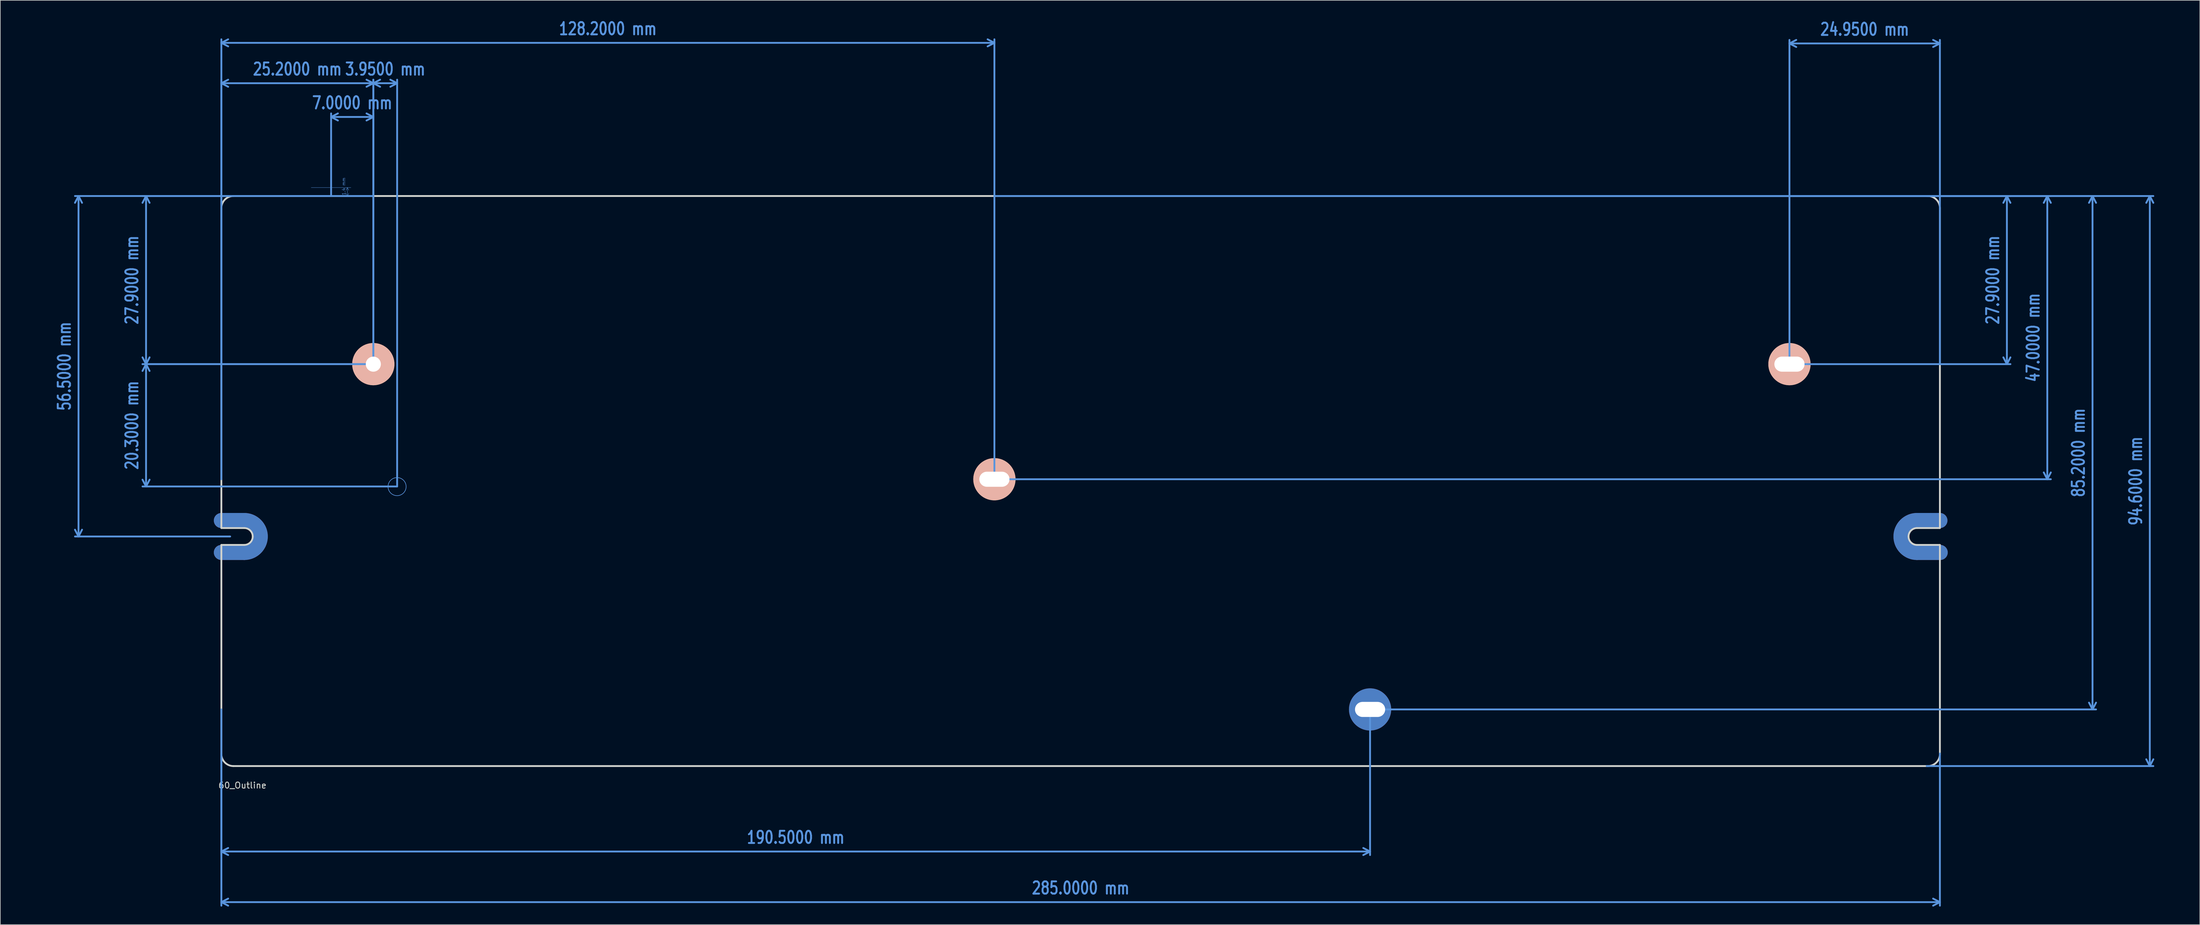
<source format=kicad_pcb>
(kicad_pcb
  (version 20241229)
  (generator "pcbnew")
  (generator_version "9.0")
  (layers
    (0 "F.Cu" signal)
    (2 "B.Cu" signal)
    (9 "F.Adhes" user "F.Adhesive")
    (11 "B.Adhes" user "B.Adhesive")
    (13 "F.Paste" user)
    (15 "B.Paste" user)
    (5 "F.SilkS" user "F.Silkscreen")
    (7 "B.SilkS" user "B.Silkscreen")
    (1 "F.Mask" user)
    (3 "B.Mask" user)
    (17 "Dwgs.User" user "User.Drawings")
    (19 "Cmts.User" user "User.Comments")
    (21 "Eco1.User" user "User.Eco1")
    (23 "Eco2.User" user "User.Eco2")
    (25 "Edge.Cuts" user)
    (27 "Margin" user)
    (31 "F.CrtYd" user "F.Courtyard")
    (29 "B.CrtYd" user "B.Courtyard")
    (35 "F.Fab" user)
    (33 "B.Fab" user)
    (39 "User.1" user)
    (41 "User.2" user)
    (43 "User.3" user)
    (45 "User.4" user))
  (footprint "60_Outline"
    (layer "F.Cu")
    (at 176.161 76.78)
    (property "Reference" "60_Outline" (at -139 50.5 0) (layer "Edge.Cuts") (effects (font (size 1 1) (thickness 0.15))))
    (attr through_hole)
    (fp_line (start -142.5 6.549) (end -138.7 6.549) (stroke (width 2.502) (type solid)) (layer "F.Cu"))
    (fp_line (start -142.5 11.851) (end -138.7 11.851) (stroke (width 2.502) (type solid)) (layer "F.Cu"))
    (fp_line (start 138.7 6.549) (end 142.5 6.549) (stroke (width 2.502) (type solid)) (layer "F.Cu"))
    (fp_line (start 138.7 11.851) (end 142.55 11.851) (stroke (width 2.502) (type solid)) (layer "F.Cu"))
    (fp_arc (start -138.7 6.54905) (mid -136.825495 7.325495) (end -136.04905 9.2) (stroke (width 2.5019) (type solid)) (layer "F.Cu"))
    (fp_arc (start -136.04905 9.2) (mid -136.825495 11.074505) (end -138.7 11.85095) (stroke (width 2.5019) (type solid)) (layer "F.Cu"))
    (fp_arc (start 136.04905 9.2) (mid 136.825495 7.325495) (end 138.7 6.54905) (stroke (width 2.5019) (type solid)) (layer "F.Cu"))
    (fp_arc (start 138.7 11.85095) (mid 136.825495 11.074505) (end 136.04905 9.2) (stroke (width 2.5019) (type solid)) (layer "F.Cu"))
    (fp_line (start -142.5 6.549) (end -138.7 6.549) (stroke (width 2.502) (type solid)) (layer "F.Mask"))
    (fp_line (start -142.5 11.851) (end -138.7 11.851) (stroke (width 2.502) (type solid)) (layer "F.Mask"))
    (fp_line (start 138.7 6.549) (end 142.5 6.549) (stroke (width 2.502) (type solid)) (layer "F.Mask"))
    (fp_line (start 138.7 11.851) (end 142.55 11.851) (stroke (width 2.502) (type solid)) (layer "F.Mask"))
    (fp_arc (start -138.7 6.54905) (mid -136.825495 7.325495) (end -136.04905 9.2) (stroke (width 2.5019) (type solid)) (layer "F.Mask"))
    (fp_arc (start -136.04905 9.2) (mid -136.825495 11.074505) (end -138.7 11.85095) (stroke (width 2.5019) (type solid)) (layer "F.Mask"))
    (fp_arc (start 136.04905 9.2) (mid 136.825495 7.325495) (end 138.7 6.54905) (stroke (width 2.5019) (type solid)) (layer "F.Mask"))
    (fp_arc (start 138.7 11.85095) (mid 136.825495 11.074505) (end 136.04905 9.2) (stroke (width 2.5019) (type solid)) (layer "F.Mask"))
    (fp_line (start -142.5 6.549) (end -138.7 6.549) (stroke (width 2.502) (type solid)) (layer "B.Cu"))
    (fp_line (start -142.5 11.851) (end -138.7 11.851) (stroke (width 2.502) (type solid)) (layer "B.Cu"))
    (fp_line (start 138.7 6.549) (end 142.5 6.549) (stroke (width 2.502) (type solid)) (layer "B.Cu"))
    (fp_line (start 138.7 11.851) (end 142.55 11.851) (stroke (width 2.502) (type solid)) (layer "B.Cu"))
    (fp_arc (start -138.7 6.54905) (mid -136.825495 7.325495) (end -136.04905 9.2) (stroke (width 2.5019) (type solid)) (layer "B.Cu"))
    (fp_arc (start -136.04905 9.2) (mid -136.825495 11.074505) (end -138.7 11.85095) (stroke (width 2.5019) (type solid)) (layer "B.Cu"))
    (fp_arc (start 136.04905 9.2) (mid 136.825495 7.325495) (end 138.7 6.54905) (stroke (width 2.5019) (type solid)) (layer "B.Cu"))
    (fp_arc (start 138.7 11.85095) (mid 136.825495 11.074505) (end 136.04905 9.2) (stroke (width 2.5019) (type solid)) (layer "B.Cu"))
    (fp_line (start -142.5 6.549) (end -138.7 6.549) (stroke (width 2.502) (type solid)) (layer "B.Mask"))
    (fp_line (start -142.5 11.851) (end -138.7 11.851) (stroke (width 2.502) (type solid)) (layer "B.Mask"))
    (fp_line (start 138.7 6.549) (end 142.5 6.549) (stroke (width 2.502) (type solid)) (layer "B.Mask"))
    (fp_line (start 138.7 11.851) (end 142.55 11.851) (stroke (width 2.502) (type solid)) (layer "B.Mask"))
    (fp_arc (start -138.7 6.54905) (mid -136.825495 7.325495) (end -136.04905 9.2) (stroke (width 2.5019) (type solid)) (layer "B.Mask"))
    (fp_arc (start -136.04905 9.2) (mid -136.825495 11.074505) (end -138.7 11.85095) (stroke (width 2.5019) (type solid)) (layer "B.Mask"))
    (fp_arc (start 136.04905 9.2) (mid 136.825495 7.325495) (end 138.7 6.54905) (stroke (width 2.5019) (type solid)) (layer "B.Mask"))
    (fp_arc (start 138.7 11.85095) (mid 136.825495 11.074505) (end 136.04905 9.2) (stroke (width 2.5019) (type solid)) (layer "B.Mask"))
    (fp_line (start -117.3 0.9) (end -113.35 0.9) (stroke (width 0.305) (type solid)) (layer "Cmts.User"))
    (fp_line (start -113.35 -19.4) (end -113.35 0.9) (stroke (width 0.305) (type solid)) (layer "Cmts.User"))
    (fp_circle (center -113.36 0.925) (end -113.36 -0.575) (stroke (width 0.1) (type default)) (fill no) (layer "Cmts.User"))
    (fp_line (start -142.5 7.8) (end -142.5 -45.3) (stroke (width 0.3) (type solid)) (layer "Edge.Cuts"))
    (fp_line (start -142.5 10.6) (end -138.7 10.6) (stroke (width 0.3) (type solid)) (layer "Edge.Cuts"))
    (fp_line (start -142.5 45.3) (end -142.5 10.6) (stroke (width 0.3) (type solid)) (layer "Edge.Cuts"))
    (fp_line (start -140.5 47.3) (end 140.5 47.3) (stroke (width 0.3) (type solid)) (layer "Edge.Cuts"))
    (fp_line (start -138.7 7.8) (end -142.5 7.8) (stroke (width 0.3) (type solid)) (layer "Edge.Cuts"))
    (fp_line (start 138.7 7.8) (end 142.5 7.8) (stroke (width 0.3) (type solid)) (layer "Edge.Cuts"))
    (fp_line (start 138.7 10.6) (end 142.5 10.6) (stroke (width 0.3) (type solid)) (layer "Edge.Cuts"))
    (fp_line (start 140.5 -47.3) (end -140.5 -47.3) (stroke (width 0.3) (type solid)) (layer "Edge.Cuts"))
    (fp_line (start 142.5 7.8) (end 142.5 -45.3) (stroke (width 0.3) (type solid)) (layer "Edge.Cuts"))
    (fp_line (start 142.5 10.6) (end 142.5 45.3) (stroke (width 0.3) (type solid)) (layer "Edge.Cuts"))
    (fp_arc (start -142.5 -45.3) (mid -141.914214 -46.714214) (end -140.5 -47.3) (stroke (width 0.3) (type solid)) (layer "Edge.Cuts"))
    (fp_arc (start -140.5 47.3) (mid -141.914214 46.714214) (end -142.5 45.3) (stroke (width 0.3) (type solid)) (layer "Edge.Cuts"))
    (fp_arc (start -138.7 7.8) (mid -137.710051 8.210051) (end -137.3 9.2) (stroke (width 0.3) (type solid)) (layer "Edge.Cuts"))
    (fp_arc (start -137.3 9.2) (mid -137.710051 10.189949) (end -138.7 10.6) (stroke (width 0.3) (type solid)) (layer "Edge.Cuts"))
    (fp_arc (start 137.3 9.2) (mid 137.710051 8.210051) (end 138.7 7.8) (stroke (width 0.3) (type solid)) (layer "Edge.Cuts"))
    (fp_arc (start 138.7 10.6) (mid 137.710051 10.189949) (end 137.3 9.2) (stroke (width 0.3) (type solid)) (layer "Edge.Cuts"))
    (fp_arc (start 140.5 -47.3) (mid 141.914214 -46.714214) (end 142.5 -45.3) (stroke (width 0.3) (type solid)) (layer "Edge.Cuts"))
    (fp_arc (start 142.5 45.3) (mid 141.914214 46.714214) (end 140.5 47.3) (stroke (width 0.3) (type solid)) (layer "Edge.Cuts"))
    (dimension (type aligned) (layer "Cmts.User") (pts (xy 35.121 29.48) (xy 35.121 85.98)) (height 25.15) (format (prefix "") (suffix "") (units 3) (units_format 1) (precision 4)) (style (thickness 0.305) (arrow_length 1.27) (text_position_mode 0) (arrow_direction outward) (extension_height 0.586) (extension_offset 0) (keep_text_aligned yes)) (gr_text "56.5000 mm" (at 7.635 57.73 90) (layer "Cmts.User") (effects (font (size 2.032 1.524) (thickness 0.305)))))
    (dimension (type aligned) (layer "Cmts.User") (pts (xy 33.661 114.68) (xy 224.161 114.68)) (height 23.58) (format (prefix "") (suffix "") (units 3) (units_format 1) (precision 4)) (style (thickness 0.305) (arrow_length 1.27) (text_position_mode 0) (arrow_direction outward) (extension_height 0.586) (extension_offset 0) (keep_text_aligned yes)) (gr_text "190.5000 mm" (at 128.911 135.924 0) (layer "Cmts.User") (effects (font (size 2.032 1.524) (thickness 0.305)))))
    (dimension (type aligned) (layer "Cmts.User") (pts (xy 58.861 57.38) (xy 58.861 77.68)) (height 37.69) (format (prefix "") (suffix "") (units 3) (units_format 1) (precision 4)) (style (thickness 0.305) (arrow_length 1.27) (text_position_mode 0) (arrow_direction outward) (extension_height 0.586) (extension_offset 0) (keep_text_aligned yes)) (gr_text "20.3000 mm" (at 18.835 67.53 90) (layer "Cmts.User") (effects (font (size 2.032 1.524) (thickness 0.305)))))
    (dimension (type aligned) (layer "Cmts.User") (pts (xy 316.471 29.48) (xy 316.471 124.08)) (height -37) (format (prefix "") (suffix "") (units 3) (units_format 1) (precision 4)) (style (thickness 0.305) (arrow_length 1.27) (text_position_mode 0) (arrow_direction outward) (extension_height 0.586) (extension_offset 0) (keep_text_aligned yes)) (gr_text "94.6000 mm" (at 351.135 76.78 90) (layer "Cmts.User") (effects (font (size 2.032 1.524) (thickness 0.305)))))
    (dimension (type aligned) (layer "Cmts.User") (pts (xy 58.881 29.48) (xy 58.881 57.38)) (height 37.71) (format (prefix "") (suffix "") (units 3) (units_format 1) (precision 4)) (style (thickness 0.305) (arrow_length 1.27) (text_position_mode 0) (arrow_direction outward) (extension_height 0.586) (extension_offset 0) (keep_text_aligned yes)) (gr_text "27.9000 mm" (at 18.835 43.43 90) (layer "Cmts.User") (effects (font (size 2.032 1.524) (thickness 0.305)))))
    (dimension (type aligned) (layer "Cmts.User") (pts (xy 58.861 57.38) (xy 62.811 57.38)) (height -46.62) (format (prefix "") (suffix "") (units 3) (units_format 1) (precision 4)) (style (thickness 0.305) (arrow_length 1.27) (text_position_mode 0) (arrow_direction outward) (extension_height 0.586) (extension_offset 0) (keep_text_aligned yes)) (gr_text "3.9500 mm" (at 60.836 8.424 0) (layer "Cmts.User") (effects (font (size 2.032 1.524) (thickness 0.305)))))
    (dimension (type aligned) (layer "Cmts.User") (pts (xy 161.881 29.48) (xy 161.881 76.48)) (height -174.59) (format (prefix "") (suffix "") (units 3) (units_format 1) (precision 4)) (style (thickness 0.305) (arrow_length 1.27) (text_position_mode 0) (arrow_direction outward) (extension_height 0.586) (extension_offset 0) (keep_text_aligned yes)) (gr_text "47.0000 mm" (at 334.135 52.98 90) (layer "Cmts.User") (effects (font (size 2.032 1.524) (thickness 0.305)))))
    (dimension (type aligned) (layer "Cmts.User") (pts (xy 293.711 29.48) (xy 293.711 57.38)) (height -36.06) (format (prefix "") (suffix "") (units 3) (units_format 1) (precision 4)) (style (thickness 0.305) (arrow_length 1.27) (text_position_mode 0) (arrow_direction outward) (extension_height 0.586) (extension_offset 0) (keep_text_aligned yes)) (gr_text "27.9000 mm" (at 327.435 43.43 90) (layer "Cmts.User") (effects (font (size 2.032 1.524) (thickness 0.305)))))
    (dimension (type aligned) (layer "Cmts.User") (pts (xy 33.661 57.38) (xy 58.861 57.38)) (height -46.62) (format (prefix "") (suffix "") (units 3) (units_format 1) (precision 4)) (style (thickness 0.305) (arrow_length 1.27) (text_position_mode 0) (arrow_direction outward) (extension_height 0.586) (extension_offset 0) (keep_text_aligned yes)) (gr_text "25.2000 mm" (at 46.261 8.424 0) (layer "Cmts.User") (effects (font (size 2.032 1.524) (thickness 0.305)))))
    (dimension (type aligned) (layer "Cmts.User") (pts (xy 318.661 122) (xy 33.661 122)) (height -24.66) (format (prefix "") (suffix "") (units 3) (units_format 1) (precision 4)) (style (thickness 0.305) (arrow_length 1.27) (text_position_mode 0) (arrow_direction outward) (extension_height 0.586) (extension_offset 0) (keep_text_aligned yes)) (gr_text "285.0000 mm" (at 176.161 144.324 0) (layer "Cmts.User") (effects (font (size 2.032 1.524) (thickness 0.305)))))
    (dimension (type aligned) (layer "Cmts.User") (pts (xy 33.661 76.48) (xy 161.861 76.48)) (height -72.42) (format (prefix "") (suffix "") (units 3) (units_format 1) (precision 4)) (style (thickness 0.305) (arrow_length 1.27) (text_position_mode 0) (arrow_direction outward) (extension_height 0.586) (extension_offset 0) (keep_text_aligned yes)) (gr_text "128.2000 mm" (at 97.761 1.724 0) (layer "Cmts.User") (effects (font (size 2.032 1.524) (thickness 0.305)))))
    (dimension (type aligned) (layer "Cmts.User") (pts (xy 224.161 29.48) (xy 224.161 114.68)) (height -119.81) (format (prefix "") (suffix "") (units 3) (units_format 1) (precision 4)) (style (thickness 0.305) (arrow_length 1.27) (text_position_mode 0) (arrow_direction outward) (extension_height 0.586) (extension_offset 0) (keep_text_aligned yes)) (gr_text "85.2000 mm" (at 341.635 72.08 90) (layer "Cmts.User") (effects (font (size 2.032 1.524) (thickness 0.305)))))
    (dimension (type aligned) (layer "Cmts.User") (pts (xy 51.861 29.48) (xy 58.861 29.48)) (height -13.12) (format (prefix "") (suffix "") (units 3) (units_format 1) (precision 4)) (style (thickness 0.305) (arrow_length 1.27) (text_position_mode 0) (arrow_direction outward) (extension_height 0.586) (extension_offset 0) (keep_text_aligned yes)) (gr_text "7.0000 mm" (at 55.361 14.024 0) (layer "Cmts.User") (effects (font (size 2.032 1.524) (thickness 0.305)))))
    (dimension (type aligned) (layer "Cmts.User") (pts (xy 318.661 57.38) (xy 293.711 57.38)) (height 53.22) (format (prefix "") (suffix "") (units 3) (units_format 1) (precision 4)) (style (thickness 0.305) (arrow_length 1.27) (text_position_mode 0) (arrow_direction outward) (extension_height 0.586) (extension_offset 0) (keep_text_aligned yes)) (gr_text "24.9500 mm" (at 306.186 1.824 0) (layer "Cmts.User") (effects (font (size 2.032 1.524) (thickness 0.305)))))
    (dimension (type aligned) (layer "Cmts.User") (pts (xy 48.061 29.48) (xy 48.061 28.08)) (height 6.5) (format (prefix "") (suffix "") (units 3) (units_format 1) (precision 1)) (style (thickness 0.05) (arrow_length 0.5) (text_position_mode 2) (arrow_direction outward) (extension_height 0.586) (extension_offset 0.5) (keep_text_aligned yes)) (gr_text "1.4 mm" (at 53.961 27.88 90) (layer "Cmts.User") (effects (font (size 0.5 0.5) (thickness 0.05)))))
    (pad "" np_thru_hole circle (at -117.3 -19.4) (size 7 7) (drill 2.5) (layers "*.SilkS"))
    (pad "" np_thru_hole circle (at -14.3 -0.3) (size 7 7) (drill oval 5 2.5) (layers "*.SilkS"))
    (pad "" np_thru_hole circle (at 117.55 -19.4) (size 7 7) (drill oval 5 2.5) (layers "*.SilkS"))
    (pad "1" thru_hole circle (at 48 37.9) (size 7 7) (drill oval 5 2.5) (layers "*.Cu" "*.Mask")))
  (gr_rect
    (start -3 -3)
    (end 361.769 150.399)
    (stroke (width 0.1) (type default))
    (fill no)
    (layer "Edge.Cuts")))
</source>
